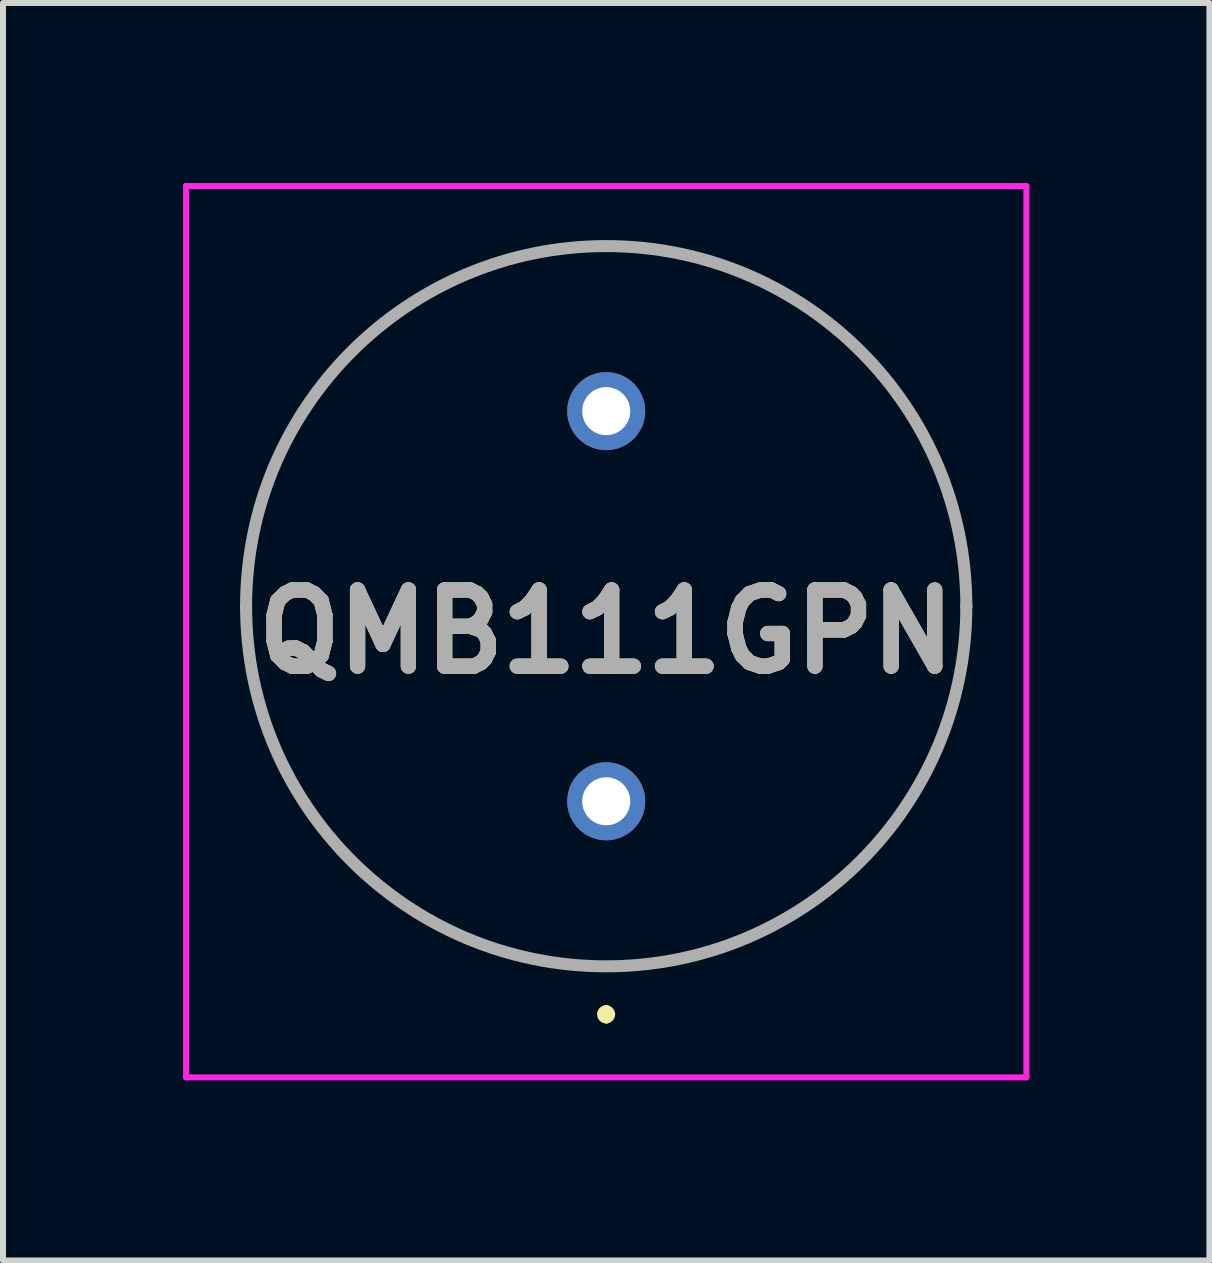
<source format=kicad_pcb>
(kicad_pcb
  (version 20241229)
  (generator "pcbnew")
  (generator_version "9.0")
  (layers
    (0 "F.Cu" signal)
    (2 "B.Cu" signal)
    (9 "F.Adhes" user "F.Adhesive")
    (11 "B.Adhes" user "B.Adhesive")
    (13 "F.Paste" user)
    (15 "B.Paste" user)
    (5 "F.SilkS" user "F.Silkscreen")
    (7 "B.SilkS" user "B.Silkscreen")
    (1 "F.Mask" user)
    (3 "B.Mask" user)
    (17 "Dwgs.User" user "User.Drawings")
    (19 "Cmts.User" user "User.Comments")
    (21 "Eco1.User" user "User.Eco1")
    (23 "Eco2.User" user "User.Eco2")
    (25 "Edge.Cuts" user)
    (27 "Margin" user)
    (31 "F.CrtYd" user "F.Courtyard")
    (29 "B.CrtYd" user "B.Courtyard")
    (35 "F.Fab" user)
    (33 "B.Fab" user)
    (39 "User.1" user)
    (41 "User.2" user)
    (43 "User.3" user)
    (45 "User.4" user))
  (footprint "QMB111GPN"
    (layer "F.Cu")
    (at 7.05 10.3)
    (property "Reference" "QMB111GPN" (at 0 -2.825 0) (layer "F.SilkS") (effects (font (size 1.27 1.27) (thickness 0.254))))
    (attr through_hole)
    (fp_line (start -6 -3.25) (end -6 -3.25) (stroke (width 0.1) (type solid)) (layer "F.SilkS"))
    (fp_line (start 0 3.5) (end 0 3.5) (stroke (width 0.2) (type solid)) (layer "F.SilkS"))
    (fp_line (start 0 3.5) (end 0 3.5) (stroke (width 0.2) (type solid)) (layer "F.SilkS"))
    (fp_line (start 0 3.6) (end 0 3.6) (stroke (width 0.2) (type solid)) (layer "F.SilkS"))
    (fp_line (start 6 -3.25) (end 6 -3.25) (stroke (width 0.1) (type solid)) (layer "F.SilkS"))
    (fp_arc (start -6 -3.25) (mid 0 -9.25) (end 6 -3.25) (stroke (width 0.1) (type solid)) (layer "F.SilkS"))
    (fp_arc (start 0 3.5) (mid 0.05 3.55) (end 0 3.6) (stroke (width 0.2) (type solid)) (layer "F.SilkS"))
    (fp_arc (start 0 3.6) (mid -0.05 3.55) (end 0 3.5) (stroke (width 0.2) (type solid)) (layer "F.SilkS"))
    (fp_arc (start 0 3.6) (mid -0.05 3.55) (end 0 3.5) (stroke (width 0.2) (type solid)) (layer "F.SilkS"))
    (fp_arc (start 6 -3.25) (mid 0 2.75) (end -6 -3.25) (stroke (width 0.1) (type solid)) (layer "F.SilkS"))
    (fp_line (start -7 -10.25) (end 7 -10.25) (stroke (width 0.1) (type solid)) (layer "F.CrtYd"))
    (fp_line (start -7 4.6) (end -7 -10.25) (stroke (width 0.1) (type solid)) (layer "F.CrtYd"))
    (fp_line (start 7 -10.25) (end 7 4.6) (stroke (width 0.1) (type solid)) (layer "F.CrtYd"))
    (fp_line (start 7 4.6) (end -7 4.6) (stroke (width 0.1) (type solid)) (layer "F.CrtYd"))
    (fp_line (start -6 -3.25) (end -6 -3.25) (stroke (width 0.2) (type solid)) (layer "F.Fab"))
    (fp_line (start 6 -3.25) (end 6 -3.25) (stroke (width 0.2) (type solid)) (layer "F.Fab"))
    (fp_arc (start -6 -3.25) (mid 0 -9.25) (end 6 -3.25) (stroke (width 0.2) (type solid)) (layer "F.Fab"))
    (fp_arc (start 6 -3.25) (mid 0 2.75) (end -6 -3.25) (stroke (width 0.2) (type solid)) (layer "F.Fab"))
    (fp_text user "${REFERENCE}" (at 0 -2.825 0) (layer "F.Fab") (effects (font (size 1.27 1.27) (thickness 0.254))))
    (pad "1" thru_hole circle (at 0 0) (size 1.3 1.3) (drill 0.8) (layers "*.Cu" "*.Mask"))
    (pad "2" thru_hole circle (at 0 -6.5) (size 1.3 1.3) (drill 0.8) (layers "*.Cu" "*.Mask")))
  (gr_rect
    (start -3 -3)
    (end 17.1 17.95)
    (stroke (width 0.1) (type default))
    (fill no)
    (layer "Edge.Cuts")))
</source>
